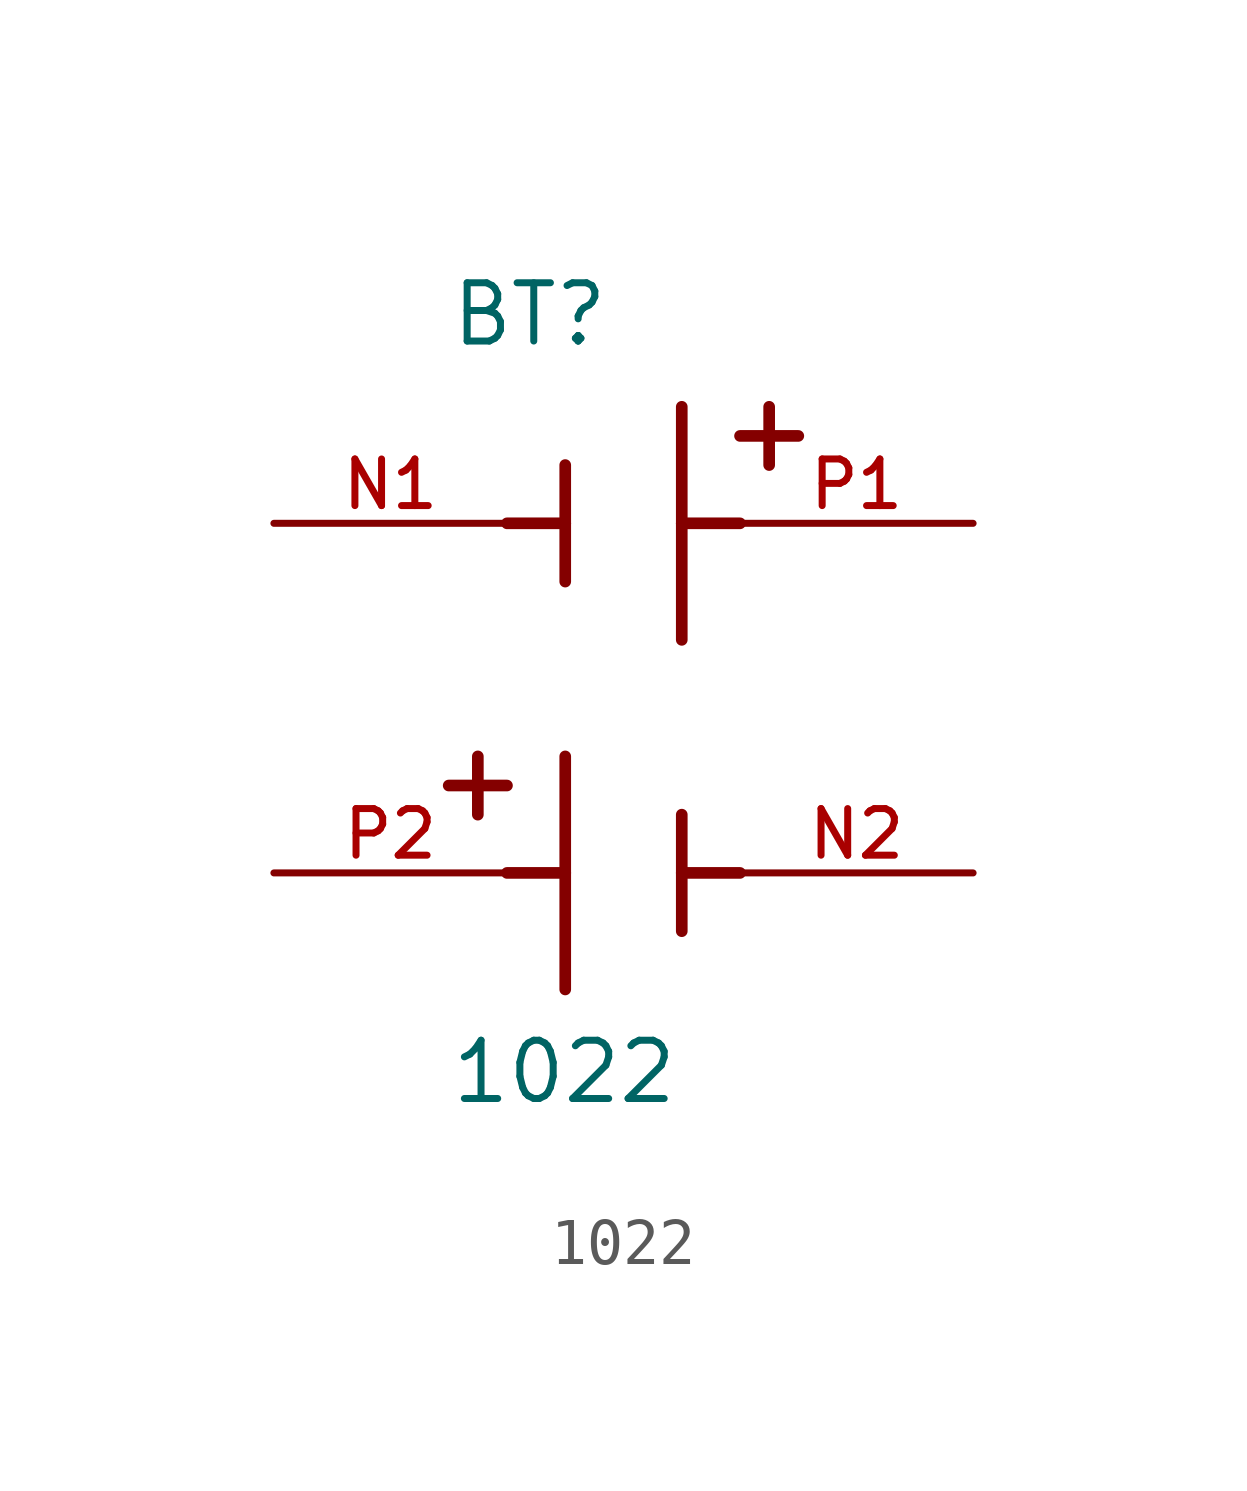
<source format=kicad_sym>
(kicad_symbol_lib
  (version 20211014)
  (generator kicad_symbol_editor)
  (symbol "1022"
    (pin_names
      (offset 1.016))
    (property "Reference" "BT"
      (at -3.81 8.89 0)
      (effects (font (size 1.27 1.27)) (justify bottom left)))
    (property "Value" "1022"
      (at -3.81 -7.62 0)
      (effects (font (size 1.27 1.27)) (justify bottom left)))
    (symbol "1022_0_0"
      (polyline (pts (xy 1.27 2.54) (xy 1.27 5.08)) (stroke (width 0.254)))
      (polyline (pts (xy 1.27 5.08) (xy 1.27 7.62)) (stroke (width 0.254)))
      (polyline (pts (xy -1.27 3.81) (xy -1.27 5.08)) (stroke (width 0.254)))
      (polyline (pts (xy -1.27 5.08) (xy -1.27 6.35)) (stroke (width 0.254)))
      (polyline (pts (xy 1.27 5.08) (xy 2.54 5.08)) (stroke (width 0.254)))
      (polyline (pts (xy -1.27 5.08) (xy -2.54 5.08)) (stroke (width 0.254)))
      (polyline (pts (xy 3.175 6.35) (xy 3.175 7.62)) (stroke (width 0.254)))
      (polyline (pts (xy 3.81 6.985) (xy 2.54 6.985)) (stroke (width 0.254)))
      (polyline (pts (xy -1.27 0.0) (xy -1.27 -2.54)) (stroke (width 0.254)))
      (polyline (pts (xy -1.27 -2.54) (xy -1.27 -5.08)) (stroke (width 0.254)))
      (polyline (pts (xy 1.27 -1.27) (xy 1.27 -2.54)) (stroke (width 0.254)))
      (polyline (pts (xy 1.27 -2.54) (xy 1.27 -3.81)) (stroke (width 0.254)))
      (polyline (pts (xy -1.27 -2.54) (xy -2.54 -2.54)) (stroke (width 0.254)))
      (polyline (pts (xy 1.27 -2.54) (xy 2.54 -2.54)) (stroke (width 0.254)))
      (polyline (pts (xy -3.175 0.0) (xy -3.175 -1.27)) (stroke (width 0.254)))
      (polyline (pts (xy -3.81 -0.635) (xy -2.54 -0.635)) (stroke (width 0.254)))
      (pin passive line (at 7.62 5.08 180.0) (length 5.08) (name "~" (effects (font (size 1.016 1.016)))) (number "P1" (effects (font (size 1.016 1.016)))))
      (pin passive line (at -7.62 5.08 0) (length 5.08) (name "~" (effects (font (size 1.016 1.016)))) (number "N1" (effects (font (size 1.016 1.016)))))
      (pin passive line (at -7.62 -2.54 0) (length 5.08) (name "~" (effects (font (size 1.016 1.016)))) (number "P2" (effects (font (size 1.016 1.016)))))
      (pin passive line (at 7.62 -2.54 180.0) (length 5.08) (name "~" (effects (font (size 1.016 1.016)))) (number "N2" (effects (font (size 1.016 1.016))))))))
</source>
